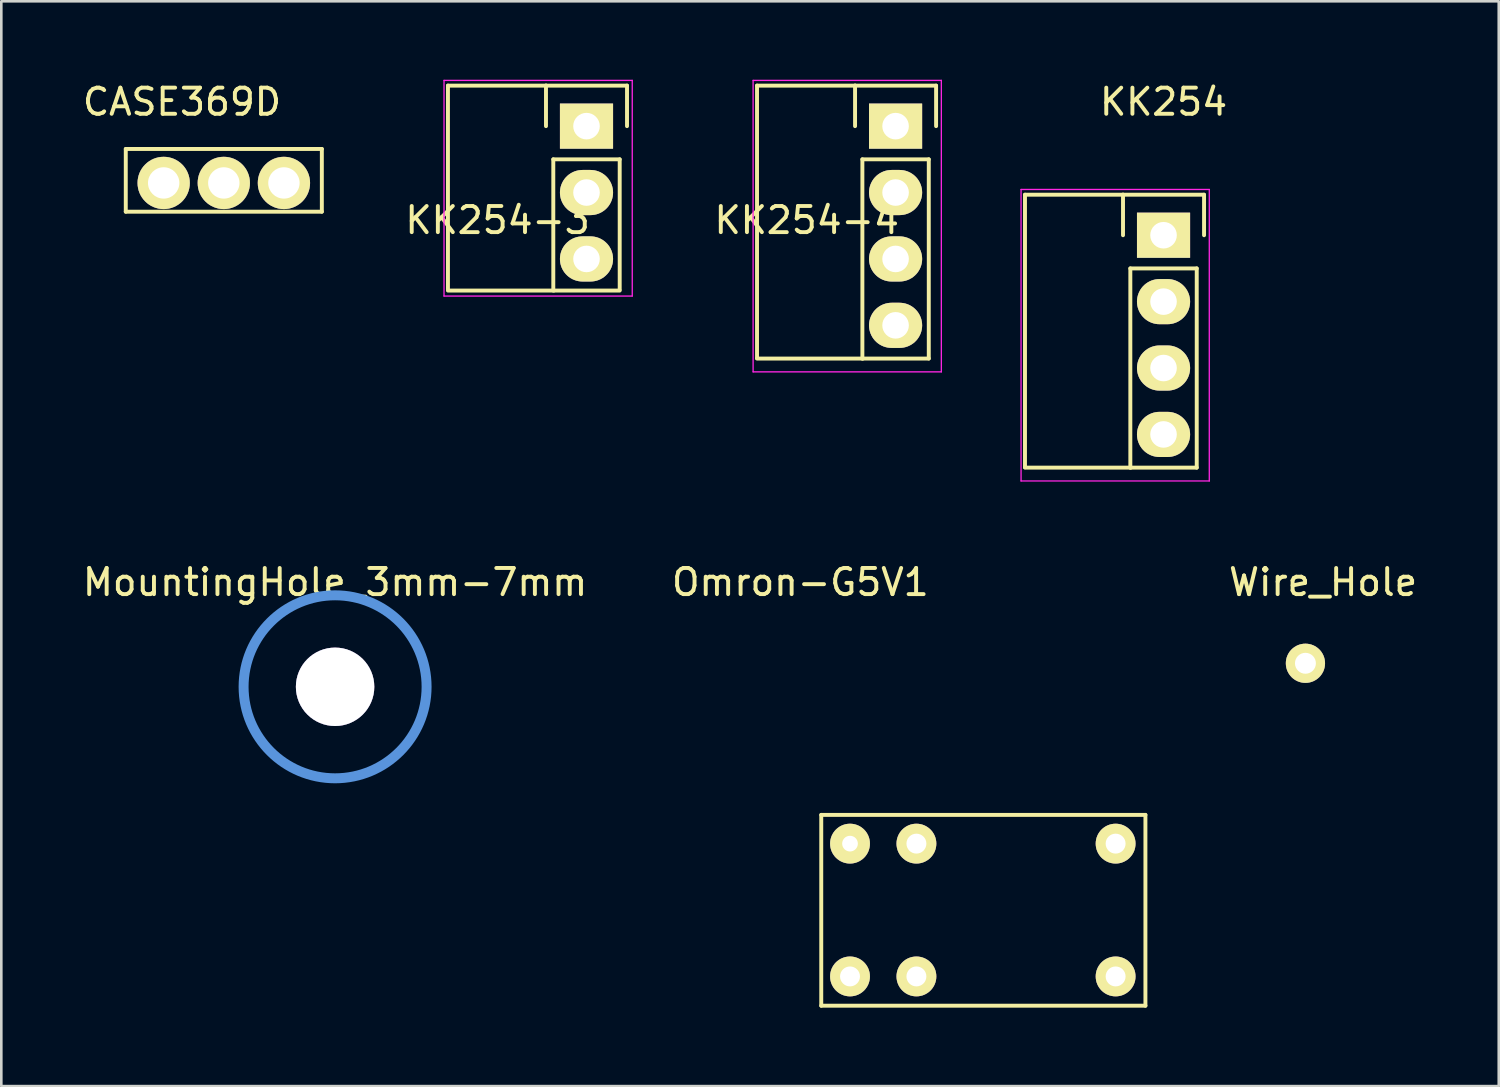
<source format=kicad_pcb>
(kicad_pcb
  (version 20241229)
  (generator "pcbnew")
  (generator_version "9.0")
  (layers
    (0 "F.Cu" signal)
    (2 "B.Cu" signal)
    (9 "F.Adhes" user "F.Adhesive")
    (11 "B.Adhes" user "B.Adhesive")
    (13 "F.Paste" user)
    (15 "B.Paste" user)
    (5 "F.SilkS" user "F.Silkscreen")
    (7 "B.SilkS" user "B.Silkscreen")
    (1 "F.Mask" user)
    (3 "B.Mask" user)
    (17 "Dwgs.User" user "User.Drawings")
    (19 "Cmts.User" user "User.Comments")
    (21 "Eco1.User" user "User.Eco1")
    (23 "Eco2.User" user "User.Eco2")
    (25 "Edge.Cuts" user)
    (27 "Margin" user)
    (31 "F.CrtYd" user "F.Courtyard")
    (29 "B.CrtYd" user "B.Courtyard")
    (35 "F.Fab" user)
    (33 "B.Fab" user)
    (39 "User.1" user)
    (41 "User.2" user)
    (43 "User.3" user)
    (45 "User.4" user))
  (footprint "Omron-G5V1"
    (layer "F.Cu")
    (at 29.465 29.221)
    (property "Reference" "Omron-G5V1" (at -1.9 -10 0) (layer "F.SilkS") (effects (font (size 1 1) (thickness 0.15))))
    (attr through_hole)
    (fp_line (start -1.1 -1.1) (end 11.3 -1.1) (stroke (width 0.15) (type solid)) (layer "F.SilkS"))
    (fp_line (start -1.1 6.2) (end -1.1 -1.1) (stroke (width 0.15) (type solid)) (layer "F.SilkS"))
    (fp_line (start 11.3 -1.1) (end 11.3 6.2) (stroke (width 0.15) (type solid)) (layer "F.SilkS"))
    (fp_line (start 11.3 6.2) (end -1.1 6.2) (stroke (width 0.15) (type solid)) (layer "F.SilkS"))
    (pad "1" thru_hole circle (at 0 0) (size 1.524 1.524) (drill 0.6) (layers "*.Cu" "*.Mask" "F.SilkS"))
    (pad "2" thru_hole circle (at 2.54 0) (size 1.524 1.524) (drill 0.762) (layers "*.Cu" "*.Mask" "F.SilkS"))
    (pad "5" thru_hole circle (at 10.16 0) (size 1.524 1.524) (drill 0.762) (layers "*.Cu" "*.Mask" "F.SilkS"))
    (pad "6" thru_hole circle (at 10.16 5.08) (size 1.524 1.524) (drill 0.762) (layers "*.Cu" "*.Mask" "F.SilkS"))
    (pad "9" thru_hole circle (at 2.54 5.08) (size 1.524 1.524) (drill 0.762) (layers "*.Cu" "*.Mask" "F.SilkS"))
    (pad "10" thru_hole circle (at 0 5.08) (size 1.524 1.524) (drill 0.762) (layers "*.Cu" "*.Mask" "F.SilkS")))
  (footprint "CASE369D"
    (layer "F.Cu")
    (at 3.211 3.948)
    (property "Reference" "CASE369D" (at 0.7 -3.1 0) (layer "F.SilkS") (effects (font (size 1 1) (thickness 0.15))))
    (attr through_hole)
    (fp_line (start -1.45 -1.3) (end -1.45 1.1) (stroke (width 0.15) (type solid)) (layer "F.SilkS"))
    (fp_line (start -1.45 1.1) (end 6.05 1.1) (stroke (width 0.15) (type solid)) (layer "F.SilkS"))
    (fp_line (start 6.05 -1.3) (end -1.45 -1.3) (stroke (width 0.15) (type solid)) (layer "F.SilkS"))
    (fp_line (start 6.05 -1.3) (end 6.05 1.1) (stroke (width 0.15) (type solid)) (layer "F.SilkS"))
    (pad "1" thru_hole circle (at 0 0) (size 2 2) (drill 1.2) (layers "*.Cu" "*.Mask" "F.SilkS"))
    (pad "2" thru_hole circle (at 2.3 0) (size 2 2) (drill 1.2) (layers "*.Cu" "*.Mask" "F.SilkS"))
    (pad "3" thru_hole circle (at 4.6 0) (size 2 2) (drill 1.2) (layers "*.Cu" "*.Mask" "F.SilkS")))
  (footprint "KK254-4"
    (layer "F.Cu")
    (at 31.208 1.775)
    (property "Reference" "KK254-4" (at -3.4 3.6 0) (layer "F.SilkS") (effects (font (size 1 1) (thickness 0.15))))
    (attr through_hole)
    (fp_line (start -5.3 -1.55) (end -5.3 8.875) (stroke (width 0.15) (type solid)) (layer "F.SilkS"))
    (fp_line (start -1.55 -1.55) (end -5.3 -1.55) (stroke (width 0.15) (type solid)) (layer "F.SilkS"))
    (fp_line (start -1.55 -1.55) (end 1.55 -1.55) (stroke (width 0.15) (type solid)) (layer "F.SilkS"))
    (fp_line (start -1.55 0) (end -1.55 -1.55) (stroke (width 0.15) (type solid)) (layer "F.SilkS"))
    (fp_line (start -1.27 1.27) (end -1.27 8.89) (stroke (width 0.15) (type solid)) (layer "F.SilkS"))
    (fp_line (start -1.27 8.89) (end 1.27 8.89) (stroke (width 0.15) (type solid)) (layer "F.SilkS"))
    (fp_line (start -1.25 8.89) (end -5.3 8.89) (stroke (width 0.15) (type solid)) (layer "F.SilkS"))
    (fp_line (start 1.27 1.27) (end -1.27 1.27) (stroke (width 0.15) (type solid)) (layer "F.SilkS"))
    (fp_line (start 1.27 1.27) (end 1.27 8.89) (stroke (width 0.15) (type solid)) (layer "F.SilkS"))
    (fp_line (start 1.55 -1.55) (end 1.55 0) (stroke (width 0.15) (type solid)) (layer "F.SilkS"))
    (fp_line (start -5.45 -1.75) (end -5.45 9.4) (stroke (width 0.05) (type solid)) (layer "F.CrtYd"))
    (fp_line (start 1.75 -1.75) (end -5.45 -1.75) (stroke (width 0.05) (type solid)) (layer "F.CrtYd"))
    (fp_line (start 1.75 -1.75) (end 1.75 9.4) (stroke (width 0.05) (type solid)) (layer "F.CrtYd"))
    (fp_line (start 1.75 9.4) (end -5.45 9.4) (stroke (width 0.05) (type solid)) (layer "F.CrtYd"))
    (pad "1" thru_hole rect (at 0 0) (size 2.032 1.727) (drill 1.016) (layers "*.Cu" "*.Mask" "F.SilkS"))
    (pad "2" thru_hole oval (at 0 2.54) (size 2.032 1.727) (drill 1.016) (layers "*.Cu" "*.Mask" "F.SilkS"))
    (pad "3" thru_hole oval (at 0 5.08) (size 2.032 1.727) (drill 1.016) (layers "*.Cu" "*.Mask" "F.SilkS"))
    (pad "4" thru_hole oval (at 0 7.62) (size 2.032 1.727) (drill 1.016) (layers "*.Cu" "*.Mask" "F.SilkS")))
  (footprint "KK254"
    (layer "F.Cu")
    (at 41.458 5.948)
    (property "Reference" "KK254" (at 0 -5.1 0) (layer "F.SilkS") (effects (font (size 1 1) (thickness 0.15))))
    (attr through_hole)
    (fp_line (start -5.3 -1.55) (end -5.3 8.875) (stroke (width 0.15) (type solid)) (layer "F.SilkS"))
    (fp_line (start -1.55 -1.55) (end -5.3 -1.55) (stroke (width 0.15) (type solid)) (layer "F.SilkS"))
    (fp_line (start -1.55 -1.55) (end 1.55 -1.55) (stroke (width 0.15) (type solid)) (layer "F.SilkS"))
    (fp_line (start -1.55 0) (end -1.55 -1.55) (stroke (width 0.15) (type solid)) (layer "F.SilkS"))
    (fp_line (start -1.27 1.27) (end -1.27 8.89) (stroke (width 0.15) (type solid)) (layer "F.SilkS"))
    (fp_line (start -1.27 8.89) (end 1.27 8.89) (stroke (width 0.15) (type solid)) (layer "F.SilkS"))
    (fp_line (start -1.25 8.89) (end -5.3 8.89) (stroke (width 0.15) (type solid)) (layer "F.SilkS"))
    (fp_line (start 1.27 1.27) (end -1.27 1.27) (stroke (width 0.15) (type solid)) (layer "F.SilkS"))
    (fp_line (start 1.27 1.27) (end 1.27 8.89) (stroke (width 0.15) (type solid)) (layer "F.SilkS"))
    (fp_line (start 1.55 -1.55) (end 1.55 0) (stroke (width 0.15) (type solid)) (layer "F.SilkS"))
    (fp_line (start -5.45 -1.75) (end -5.45 9.4) (stroke (width 0.05) (type solid)) (layer "F.CrtYd"))
    (fp_line (start 1.75 -1.75) (end -5.45 -1.75) (stroke (width 0.05) (type solid)) (layer "F.CrtYd"))
    (fp_line (start 1.75 -1.75) (end 1.75 9.4) (stroke (width 0.05) (type solid)) (layer "F.CrtYd"))
    (fp_line (start 1.75 9.4) (end -5.45 9.4) (stroke (width 0.05) (type solid)) (layer "F.CrtYd"))
    (pad "1" thru_hole rect (at 0 0) (size 2.032 1.727) (drill 1.016) (layers "*.Cu" "*.Mask" "F.SilkS"))
    (pad "2" thru_hole oval (at 0 2.54) (size 2.032 1.727) (drill 1.016) (layers "*.Cu" "*.Mask" "F.SilkS"))
    (pad "3" thru_hole oval (at 0 5.08) (size 2.032 1.727) (drill 1.016) (layers "*.Cu" "*.Mask" "F.SilkS"))
    (pad "4" thru_hole oval (at 0 7.62) (size 2.032 1.727) (drill 1.016) (layers "*.Cu" "*.Mask" "F.SilkS")))
  (footprint "Wire_Hole"
    (layer "F.Cu")
    (at 46.886 22.322)
    (property "Reference" "Wire_Hole" (at 0.675 -3.1 0) (layer "F.SilkS") (effects (font (size 1 1) (thickness 0.15))))
    (attr through_hole)
    (pad "1" thru_hole circle (at 0 0) (size 1.5 1.5) (drill 0.8) (layers "*.Cu" "*.Mask" "F.SilkS")))
  (footprint "KK254-3"
    (layer "F.Cu")
    (at 19.385 1.775)
    (property "Reference" "KK254-3" (at -3.4 3.6 0) (layer "F.SilkS") (effects (font (size 1 1) (thickness 0.15))))
    (attr through_hole)
    (fp_line (start -5.3 -1.55) (end -5.3 6.25) (stroke (width 0.15) (type solid)) (layer "F.SilkS"))
    (fp_line (start -1.55 -1.55) (end -5.3 -1.55) (stroke (width 0.15) (type solid)) (layer "F.SilkS"))
    (fp_line (start -1.55 -1.55) (end 1.55 -1.55) (stroke (width 0.15) (type solid)) (layer "F.SilkS"))
    (fp_line (start -1.55 0) (end -1.55 -1.55) (stroke (width 0.15) (type solid)) (layer "F.SilkS"))
    (fp_line (start -1.27 1.27) (end -1.27 6.25) (stroke (width 0.15) (type solid)) (layer "F.SilkS"))
    (fp_line (start -1.27 6.29) (end 1.27 6.29) (stroke (width 0.15) (type solid)) (layer "F.SilkS"))
    (fp_line (start -1.25 6.29) (end -5.3 6.29) (stroke (width 0.15) (type solid)) (layer "F.SilkS"))
    (fp_line (start 1.27 1.27) (end -1.27 1.27) (stroke (width 0.15) (type solid)) (layer "F.SilkS"))
    (fp_line (start 1.27 1.27) (end 1.27 6.25) (stroke (width 0.15) (type solid)) (layer "F.SilkS"))
    (fp_line (start 1.55 -1.55) (end 1.55 0) (stroke (width 0.15) (type solid)) (layer "F.SilkS"))
    (fp_line (start -5.45 -1.75) (end -5.45 6.5) (stroke (width 0.05) (type solid)) (layer "F.CrtYd"))
    (fp_line (start 1.75 -1.75) (end -5.45 -1.75) (stroke (width 0.05) (type solid)) (layer "F.CrtYd"))
    (fp_line (start 1.75 -1.75) (end 1.75 6.5) (stroke (width 0.05) (type solid)) (layer "F.CrtYd"))
    (fp_line (start 1.75 6.5) (end -5.45 6.5) (stroke (width 0.05) (type solid)) (layer "F.CrtYd"))
    (pad "1" thru_hole rect (at 0 0) (size 2.032 1.727) (drill 1.016) (layers "*.Cu" "*.Mask" "F.SilkS"))
    (pad "2" thru_hole oval (at 0 2.54) (size 2.032 1.727) (drill 1.016) (layers "*.Cu" "*.Mask" "F.SilkS"))
    (pad "3" thru_hole oval (at 0 5.08) (size 2.032 1.727) (drill 1.016) (layers "*.Cu" "*.Mask" "F.SilkS")))
  (footprint "MountingHole_3mm-7mm"
    (layer "F.Cu")
    (at 9.768 23.222)
    (property "Reference" "MountingHole_3mm-7mm" (at 0 -4 0) (layer "F.SilkS") (effects (font (size 1 1) (thickness 0.15))))
    (attr through_hole)
    (fp_circle (center 0 0) (end 3.5 0) (stroke (width 0.381) (type solid)) (fill no) (layer "Cmts.User"))
    (pad "" thru_hole circle (at 0 0) (size 3 3) (drill 3) (layers)))
  (gr_rect
    (start -3 -3)
    (end 54.281 38.496)
    (stroke (width 0.1) (type default))
    (fill no)
    (layer "Edge.Cuts")))
</source>
